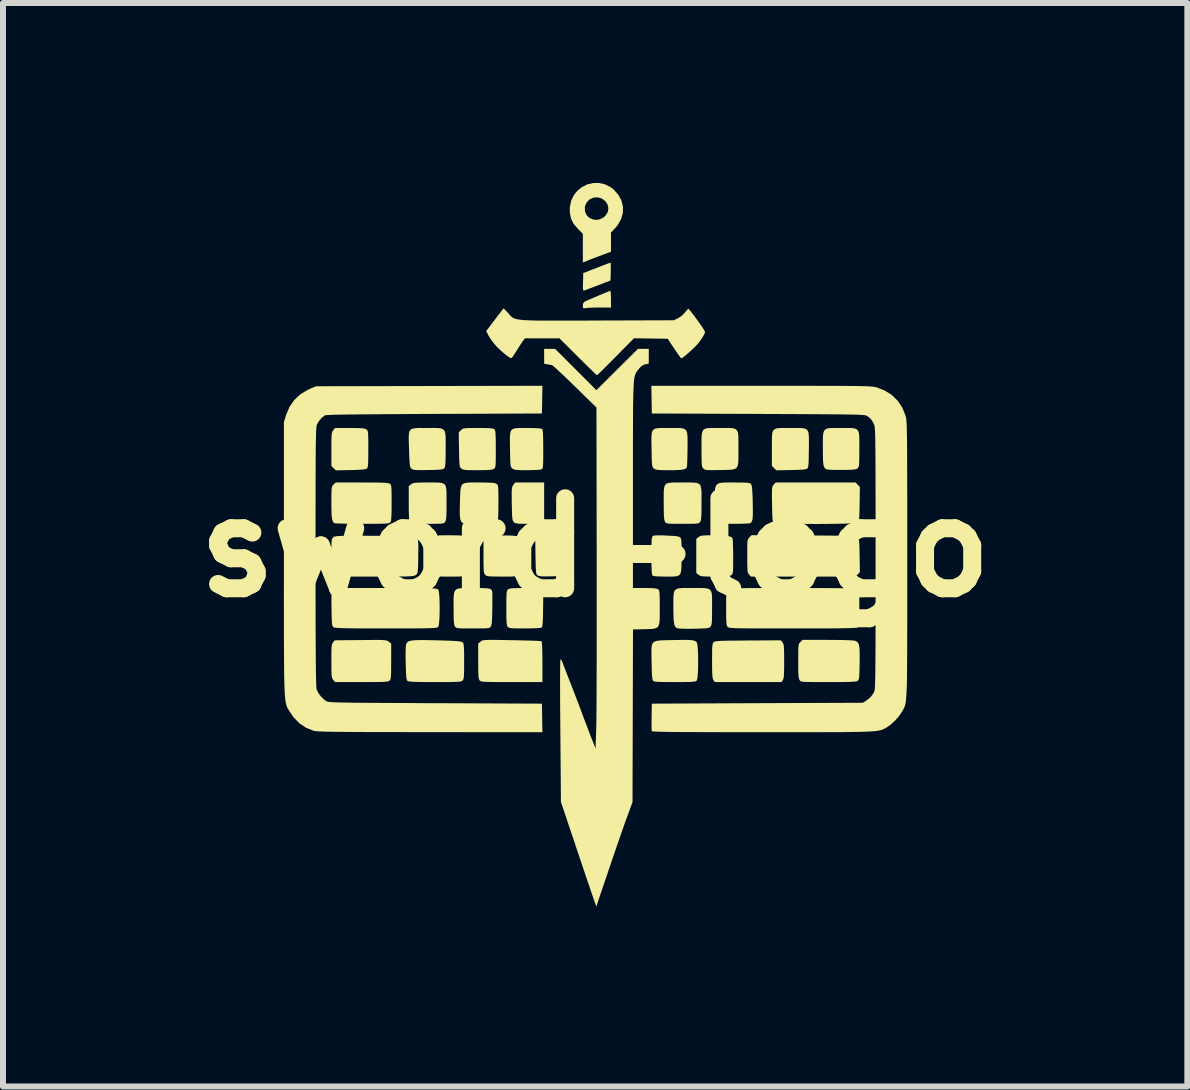
<source format=kicad_pcb>
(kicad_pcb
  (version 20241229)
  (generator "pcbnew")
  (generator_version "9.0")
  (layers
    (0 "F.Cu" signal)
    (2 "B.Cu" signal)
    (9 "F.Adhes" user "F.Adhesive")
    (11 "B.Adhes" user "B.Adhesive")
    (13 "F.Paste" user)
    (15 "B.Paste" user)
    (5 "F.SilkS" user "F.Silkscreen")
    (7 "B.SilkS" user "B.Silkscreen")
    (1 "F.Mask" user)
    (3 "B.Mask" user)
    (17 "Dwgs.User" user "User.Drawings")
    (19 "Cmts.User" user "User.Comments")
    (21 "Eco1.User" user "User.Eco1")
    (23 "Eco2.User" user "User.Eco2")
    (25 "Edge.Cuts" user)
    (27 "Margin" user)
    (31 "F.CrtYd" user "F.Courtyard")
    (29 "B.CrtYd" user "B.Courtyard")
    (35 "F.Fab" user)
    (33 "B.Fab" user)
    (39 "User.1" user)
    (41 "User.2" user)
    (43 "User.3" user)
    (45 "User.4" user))
  (footprint "sword-logo"
    (layer "F.Cu")
    (at 6.871 6.078)
    (property "Reference" "sword-logo" (at 0 0 0) (layer "F.SilkS") (effects (font (size 1.5 1.5) (thickness 0.3))))
    (attr board_only exclude_from_pos_files exclude_from_bom)
    (fp_poly (pts (xy -0.806 -0.203) (xy -0.759 -0.202) (xy -0.594 -0.198) (xy -0.594 0.139) (xy -0.594 0.476) (xy -0.762 0.48) (xy -0.843 0.481) (xy -0.899 0.479) (xy -0.935 0.474) (xy -0.958 0.465) (xy -0.96 0.463) (xy -0.97 0.454) (xy -0.978 0.441) (xy -0.983 0.418) (xy -0.987 0.384) (xy -0.99 0.332) (xy -0.992 0.26) (xy -0.994 0.163) (xy -0.994 0.155) (xy -0.998 -0.132) (xy -0.961 -0.169) (xy -0.944 -0.185) (xy -0.925 -0.195) (xy -0.901 -0.201) (xy -0.863 -0.204)) (stroke (width 0) (type solid)) (fill yes) (layer "F.SilkS"))
    (fp_poly (pts (xy 0.257 -4.266) (xy 0.261 -4.23) (xy 0.263 -4.176) (xy 0.264 -4.141) (xy 0.264 -4.001) (xy 0.075 -4.001) (xy -0.001 -4.001) (xy -0.07 -3.999) (xy -0.125 -3.996) (xy -0.158 -3.992) (xy -0.159 -3.992) (xy -0.19 -3.988) (xy -0.203 -3.998) (xy -0.205 -4.028) (xy -0.205 -4.034) (xy -0.2 -4.072) (xy -0.18 -4.096) (xy -0.165 -4.104) (xy -0.123 -4.123) (xy -0.067 -4.147) (xy -0.003 -4.175) (xy 0.065 -4.204) (xy 0.129 -4.231) (xy 0.186 -4.254) (xy 0.228 -4.271) (xy 0.25 -4.279) (xy 0.252 -4.28)) (stroke (width 0) (type solid)) (fill yes) (layer "F.SilkS"))
    (fp_poly (pts (xy 0.259 -4.735) (xy 0.261 -4.698) (xy 0.261 -4.645) (xy 0.261 -4.6) (xy 0.256 -4.452) (xy 0.051 -4.373) (xy -0.023 -4.345) (xy -0.089 -4.32) (xy -0.141 -4.3) (xy -0.173 -4.288) (xy -0.18 -4.286) (xy -0.192 -4.284) (xy -0.199 -4.292) (xy -0.203 -4.314) (xy -0.204 -4.354) (xy -0.202 -4.419) (xy -0.202 -4.427) (xy -0.198 -4.576) (xy -0.139 -4.598) (xy -0.102 -4.613) (xy -0.045 -4.635) (xy 0.022 -4.661) (xy 0.083 -4.685) (xy 0.147 -4.71) (xy 0.201 -4.73) (xy 0.239 -4.744) (xy 0.256 -4.749)) (stroke (width 0) (type solid)) (fill yes) (layer "F.SilkS"))
    (fp_poly (pts (xy -0.85 -0.74) (xy -0.85 -0.396) (xy -1.09 -0.396) (xy -1.179 -0.396) (xy -1.244 -0.397) (xy -1.289 -0.399) (xy -1.318 -0.404) (xy -1.338 -0.41) (xy -1.351 -0.42) (xy -1.357 -0.427) (xy -1.367 -0.44) (xy -1.375 -0.459) (xy -1.38 -0.487) (xy -1.384 -0.528) (xy -1.386 -0.588) (xy -1.388 -0.669) (xy -1.39 -0.731) (xy -1.391 -0.828) (xy -1.391 -0.899) (xy -1.39 -0.951) (xy -1.387 -0.986) (xy -1.382 -1.01) (xy -1.375 -1.028) (xy -1.364 -1.043) (xy -1.363 -1.045) (xy -1.332 -1.085) (xy -1.091 -1.085) (xy -0.85 -1.085)) (stroke (width 0) (type solid)) (fill yes) (layer "F.SilkS"))
    (fp_poly (pts (xy 3.426 -1.993) (xy 3.481 -1.987) (xy 3.52 -1.974) (xy 3.544 -1.948) (xy 3.558 -1.908) (xy 3.563 -1.849) (xy 3.564 -1.769) (xy 3.563 -1.663) (xy 3.563 -1.641) (xy 3.561 -1.536) (xy 3.56 -1.456) (xy 3.557 -1.398) (xy 3.553 -1.359) (xy 3.547 -1.334) (xy 3.54 -1.32) (xy 3.538 -1.319) (xy 3.524 -1.311) (xy 3.498 -1.304) (xy 3.455 -1.299) (xy 3.393 -1.296) (xy 3.307 -1.293) (xy 3.268 -1.292) (xy 3.02 -1.288) (xy 2.983 -1.325) (xy 2.946 -1.362) (xy 2.946 -1.648) (xy 2.946 -1.758) (xy 2.947 -1.841) (xy 2.952 -1.902) (xy 2.964 -1.945) (xy 2.987 -1.971) (xy 3.024 -1.986) (xy 3.077 -1.993) (xy 3.15 -1.994) (xy 3.246 -1.993) (xy 3.252 -1.993) (xy 3.35 -1.994)) (stroke (width 0) (type solid)) (fill yes) (layer "F.SilkS"))
    (fp_poly (pts (xy -3.996 -1.993) (xy -3.926 -1.991) (xy -3.876 -1.988) (xy -3.843 -1.982) (xy -3.821 -1.975) (xy -3.814 -1.97) (xy -3.803 -1.962) (xy -3.795 -1.951) (xy -3.789 -1.933) (xy -3.785 -1.906) (xy -3.783 -1.863) (xy -3.782 -1.803) (xy -3.781 -1.719) (xy -3.781 -1.643) (xy -3.782 -1.539) (xy -3.783 -1.46) (xy -3.785 -1.404) (xy -3.788 -1.365) (xy -3.793 -1.34) (xy -3.799 -1.324) (xy -3.806 -1.317) (xy -3.825 -1.309) (xy -3.861 -1.302) (xy -3.919 -1.298) (xy -4 -1.294) (xy -4.076 -1.292) (xy -4.322 -1.287) (xy -4.36 -1.324) (xy -4.397 -1.362) (xy -4.397 -1.639) (xy -4.397 -1.736) (xy -4.396 -1.809) (xy -4.394 -1.861) (xy -4.39 -1.897) (xy -4.385 -1.922) (xy -4.377 -1.94) (xy -4.367 -1.955) (xy -4.336 -1.993) (xy -4.091 -1.993)) (stroke (width 0) (type solid)) (fill yes) (layer "F.SilkS"))
    (fp_poly (pts (xy -1.6 -0.204) (xy -1.534 -0.202) (xy -1.438 -0.201) (xy -1.364 -0.198) (xy -1.31 -0.191) (xy -1.273 -0.175) (xy -1.25 -0.147) (xy -1.237 -0.104) (xy -1.232 -0.042) (xy -1.231 0.042) (xy -1.231 0.142) (xy -1.231 0.25) (xy -1.233 0.333) (xy -1.239 0.394) (xy -1.254 0.436) (xy -1.281 0.462) (xy -1.323 0.476) (xy -1.382 0.483) (xy -1.464 0.484) (xy -1.553 0.484) (xy -1.645 0.483) (xy -1.712 0.482) (xy -1.759 0.48) (xy -1.791 0.476) (xy -1.811 0.47) (xy -1.825 0.46) (xy -1.832 0.454) (xy -1.842 0.442) (xy -1.85 0.427) (xy -1.855 0.404) (xy -1.858 0.368) (xy -1.86 0.316) (xy -1.861 0.244) (xy -1.861 0.147) (xy -1.861 0.14) (xy -1.861 -0.144) (xy -1.822 -0.176) (xy -1.805 -0.187) (xy -1.787 -0.195) (xy -1.763 -0.201) (xy -1.726 -0.203) (xy -1.674 -0.204)) (stroke (width 0) (type solid)) (fill yes) (layer "F.SilkS"))
    (fp_poly (pts (xy 2.086 -0.204) (xy 2.167 -0.199) (xy 2.225 -0.191) (xy 2.263 -0.178) (xy 2.286 -0.161) (xy 2.29 -0.157) (xy 2.293 -0.137) (xy 2.296 -0.093) (xy 2.298 -0.029) (xy 2.3 0.049) (xy 2.301 0.138) (xy 2.301 0.149) (xy 2.301 0.248) (xy 2.3 0.322) (xy 2.299 0.374) (xy 2.296 0.41) (xy 2.291 0.433) (xy 2.284 0.447) (xy 2.274 0.457) (xy 2.269 0.461) (xy 2.25 0.47) (xy 2.222 0.476) (xy 2.179 0.48) (xy 2.117 0.483) (xy 2.032 0.484) (xy 1.999 0.484) (xy 1.91 0.483) (xy 1.845 0.482) (xy 1.799 0.48) (xy 1.768 0.475) (xy 1.746 0.468) (xy 1.729 0.457) (xy 1.724 0.453) (xy 1.686 0.423) (xy 1.686 0.139) (xy 1.686 -0.144) (xy 1.724 -0.175) (xy 1.742 -0.187) (xy 1.762 -0.195) (xy 1.792 -0.2) (xy 1.835 -0.203) (xy 1.897 -0.205) (xy 1.98 -0.205)) (stroke (width 0) (type solid)) (fill yes) (layer "F.SilkS"))
    (fp_poly (pts (xy 3.123 1.581) (xy 3.133 1.595) (xy 3.14 1.614) (xy 3.145 1.641) (xy 3.148 1.68) (xy 3.15 1.737) (xy 3.151 1.815) (xy 3.151 1.896) (xy 3.151 1.998) (xy 3.149 2.075) (xy 3.147 2.13) (xy 3.143 2.169) (xy 3.136 2.194) (xy 3.128 2.21) (xy 3.106 2.242) (xy 2.55 2.242) (xy 1.995 2.242) (xy 1.972 2.21) (xy 1.964 2.194) (xy 1.958 2.168) (xy 1.954 2.13) (xy 1.951 2.075) (xy 1.95 1.999) (xy 1.949 1.897) (xy 1.949 1.89) (xy 1.95 1.79) (xy 1.95 1.716) (xy 1.952 1.663) (xy 1.956 1.626) (xy 1.961 1.602) (xy 1.968 1.587) (xy 1.977 1.577) (xy 1.986 1.571) (xy 2.001 1.565) (xy 2.024 1.561) (xy 2.057 1.558) (xy 2.104 1.555) (xy 2.168 1.553) (xy 2.251 1.552) (xy 2.357 1.551) (xy 2.488 1.55) (xy 2.55 1.549) (xy 3.095 1.546)) (stroke (width 0) (type solid)) (fill yes) (layer "F.SilkS"))
    (fp_poly (pts (xy -1.615 1.54) (xy -1.507 1.542) (xy -1.389 1.544) (xy -1.272 1.546) (xy -1.166 1.549) (xy -1.071 1.551) (xy -0.994 1.554) (xy -0.936 1.557) (xy -0.902 1.56) (xy -0.894 1.561) (xy -0.889 1.578) (xy -0.885 1.623) (xy -0.882 1.691) (xy -0.88 1.781) (xy -0.879 1.889) (xy -0.879 1.906) (xy -0.879 2.242) (xy -1.39 2.242) (xy -1.526 2.242) (xy -1.637 2.242) (xy -1.723 2.241) (xy -1.79 2.24) (xy -1.839 2.238) (xy -1.873 2.235) (xy -1.897 2.231) (xy -1.912 2.226) (xy -1.921 2.219) (xy -1.925 2.216) (xy -1.933 2.203) (xy -1.94 2.183) (xy -1.944 2.152) (xy -1.947 2.106) (xy -1.949 2.041) (xy -1.949 1.953) (xy -1.949 1.894) (xy -1.949 1.6) (xy -1.909 1.567) (xy -1.897 1.559) (xy -1.885 1.552) (xy -1.869 1.546) (xy -1.845 1.543) (xy -1.811 1.54) (xy -1.764 1.539) (xy -1.699 1.539)) (stroke (width 0) (type solid)) (fill yes) (layer "F.SilkS"))
    (fp_poly (pts (xy 1.133 -0.203) (xy 1.191 -0.2) (xy 1.276 -0.196) (xy 1.336 -0.192) (xy 1.376 -0.186) (xy 1.402 -0.179) (xy 1.417 -0.169) (xy 1.422 -0.164) (xy 1.429 -0.15) (xy 1.435 -0.127) (xy 1.439 -0.09) (xy 1.441 -0.035) (xy 1.442 0.04) (xy 1.441 0.141) (xy 1.441 0.147) (xy 1.44 0.255) (xy 1.438 0.337) (xy 1.432 0.397) (xy 1.42 0.438) (xy 1.398 0.463) (xy 1.363 0.477) (xy 1.314 0.483) (xy 1.247 0.484) (xy 1.174 0.484) (xy 1.078 0.482) (xy 1.01 0.479) (xy 0.969 0.472) (xy 0.956 0.466) (xy 0.949 0.449) (xy 0.944 0.412) (xy 0.941 0.351) (xy 0.939 0.266) (xy 0.938 0.154) (xy 0.938 0.138) (xy 0.938 0.032) (xy 0.939 -0.048) (xy 0.941 -0.106) (xy 0.945 -0.146) (xy 0.95 -0.171) (xy 0.956 -0.186) (xy 0.961 -0.191) (xy 0.978 -0.199) (xy 1.01 -0.203) (xy 1.06 -0.204)) (stroke (width 0) (type solid)) (fill yes) (layer "F.SilkS"))
    (fp_poly (pts (xy 1.809 0.675) (xy 1.866 0.681) (xy 1.906 0.695) (xy 1.93 0.721) (xy 1.944 0.763) (xy 1.949 0.824) (xy 1.95 0.907) (xy 1.949 1.01) (xy 1.949 1.108) (xy 1.948 1.182) (xy 1.946 1.235) (xy 1.942 1.271) (xy 1.936 1.295) (xy 1.928 1.311) (xy 1.924 1.317) (xy 1.912 1.328) (xy 1.897 1.337) (xy 1.873 1.342) (xy 1.836 1.347) (xy 1.781 1.349) (xy 1.705 1.352) (xy 1.649 1.353) (xy 1.563 1.354) (xy 1.487 1.353) (xy 1.425 1.351) (xy 1.383 1.348) (xy 1.368 1.345) (xy 1.347 1.332) (xy 1.331 1.312) (xy 1.319 1.281) (xy 1.312 1.236) (xy 1.307 1.172) (xy 1.305 1.086) (xy 1.304 0.996) (xy 1.304 0.891) (xy 1.305 0.812) (xy 1.312 0.754) (xy 1.327 0.715) (xy 1.354 0.692) (xy 1.397 0.679) (xy 1.46 0.674) (xy 1.546 0.674) (xy 1.627 0.674) (xy 1.73 0.674)) (stroke (width 0) (type solid)) (fill yes) (layer "F.SilkS"))
    (fp_poly (pts (xy 3.48 -0.202) (xy 3.662 -0.201) (xy 3.818 -0.2) (xy 3.948 -0.199) (xy 4.056 -0.198) (xy 4.143 -0.197) (xy 4.213 -0.195) (xy 4.266 -0.193) (xy 4.306 -0.19) (xy 4.335 -0.187) (xy 4.354 -0.184) (xy 4.367 -0.179) (xy 4.376 -0.174) (xy 4.378 -0.172) (xy 4.387 -0.159) (xy 4.394 -0.141) (xy 4.4 -0.112) (xy 4.403 -0.068) (xy 4.406 -0.005) (xy 4.408 0.081) (xy 4.409 0.132) (xy 4.413 0.41) (xy 4.377 0.447) (xy 4.34 0.484) (xy 3.47 0.484) (xy 2.599 0.484) (xy 2.567 0.45) (xy 2.556 0.436) (xy 2.548 0.421) (xy 2.542 0.399) (xy 2.539 0.365) (xy 2.537 0.316) (xy 2.536 0.247) (xy 2.536 0.154) (xy 2.536 0.141) (xy 2.536 0.045) (xy 2.536 -0.026) (xy 2.538 -0.077) (xy 2.541 -0.111) (xy 2.547 -0.134) (xy 2.555 -0.15) (xy 2.566 -0.163) (xy 2.572 -0.17) (xy 2.608 -0.206)) (stroke (width 0) (type solid)) (fill yes) (layer "F.SilkS"))
    (fp_poly (pts (xy 2.064 -1.993) (xy 2.081 -1.993) (xy 2.179 -1.994) (xy 2.254 -1.993) (xy 2.308 -1.987) (xy 2.346 -1.972) (xy 2.37 -1.946) (xy 2.383 -1.905) (xy 2.388 -1.845) (xy 2.389 -1.762) (xy 2.389 -1.654) (xy 2.389 -1.65) (xy 2.389 -1.54) (xy 2.388 -1.455) (xy 2.383 -1.393) (xy 2.371 -1.349) (xy 2.348 -1.321) (xy 2.312 -1.305) (xy 2.26 -1.297) (xy 2.189 -1.294) (xy 2.096 -1.293) (xy 2.084 -1.292) (xy 1.992 -1.291) (xy 1.925 -1.291) (xy 1.879 -1.292) (xy 1.847 -1.295) (xy 1.827 -1.301) (xy 1.813 -1.31) (xy 1.804 -1.318) (xy 1.793 -1.33) (xy 1.786 -1.345) (xy 1.78 -1.367) (xy 1.777 -1.401) (xy 1.775 -1.45) (xy 1.774 -1.519) (xy 1.773 -1.611) (xy 1.773 -1.642) (xy 1.773 -1.752) (xy 1.774 -1.837) (xy 1.779 -1.899) (xy 1.791 -1.942) (xy 1.813 -1.97) (xy 1.849 -1.986) (xy 1.9 -1.992) (xy 1.971 -1.994)) (stroke (width 0) (type solid)) (fill yes) (layer "F.SilkS"))
    (fp_poly (pts (xy 4.267 -1.993) (xy 4.322 -1.987) (xy 4.36 -1.972) (xy 4.384 -1.946) (xy 4.398 -1.904) (xy 4.403 -1.844) (xy 4.405 -1.762) (xy 4.404 -1.654) (xy 4.404 -1.643) (xy 4.404 -1.542) (xy 4.403 -1.466) (xy 4.401 -1.411) (xy 4.398 -1.373) (xy 4.393 -1.349) (xy 4.386 -1.333) (xy 4.378 -1.323) (xy 4.365 -1.313) (xy 4.344 -1.306) (xy 4.312 -1.301) (xy 4.264 -1.297) (xy 4.194 -1.295) (xy 4.122 -1.294) (xy 4.04 -1.294) (xy 3.967 -1.295) (xy 3.908 -1.298) (xy 3.87 -1.302) (xy 3.859 -1.304) (xy 3.838 -1.315) (xy 3.823 -1.332) (xy 3.811 -1.358) (xy 3.804 -1.397) (xy 3.799 -1.453) (xy 3.797 -1.53) (xy 3.796 -1.631) (xy 3.796 -1.652) (xy 3.796 -1.761) (xy 3.797 -1.844) (xy 3.803 -1.904) (xy 3.816 -1.946) (xy 3.84 -1.972) (xy 3.877 -1.987) (xy 3.932 -1.993) (xy 4.006 -1.994) (xy 4.095 -1.993) (xy 4.193 -1.994)) (stroke (width 0) (type solid)) (fill yes) (layer "F.SilkS"))
    (fp_poly (pts (xy -3.613 1.54) (xy -3.557 1.541) (xy -3.516 1.544) (xy -3.488 1.547) (xy -3.468 1.552) (xy -3.454 1.559) (xy -3.441 1.567) (xy -3.44 1.569) (xy -3.4 1.6) (xy -3.4 1.897) (xy -3.401 1.998) (xy -3.401 2.075) (xy -3.403 2.13) (xy -3.406 2.167) (xy -3.411 2.192) (xy -3.418 2.208) (xy -3.427 2.218) (xy -3.438 2.225) (xy -3.454 2.231) (xy -3.479 2.235) (xy -3.517 2.238) (xy -3.57 2.24) (xy -3.642 2.241) (xy -3.736 2.242) (xy -3.856 2.242) (xy -3.895 2.242) (xy -4.336 2.242) (xy -4.367 2.204) (xy -4.377 2.188) (xy -4.385 2.17) (xy -4.391 2.145) (xy -4.394 2.108) (xy -4.396 2.055) (xy -4.397 1.981) (xy -4.397 1.89) (xy -4.397 1.793) (xy -4.396 1.72) (xy -4.394 1.668) (xy -4.39 1.632) (xy -4.384 1.608) (xy -4.376 1.591) (xy -4.369 1.581) (xy -4.341 1.546) (xy -3.91 1.542) (xy -3.786 1.541) (xy -3.688 1.54)) (stroke (width 0) (type solid)) (fill yes) (layer "F.SilkS"))
    (fp_poly (pts (xy -2.613 -1.084) (xy -2.558 -1.077) (xy -2.52 -1.063) (xy -2.496 -1.036) (xy -2.483 -0.994) (xy -2.478 -0.932) (xy -2.477 -0.849) (xy -2.477 -0.743) (xy -2.477 -0.641) (xy -2.479 -0.564) (xy -2.481 -0.509) (xy -2.486 -0.47) (xy -2.492 -0.445) (xy -2.5 -0.428) (xy -2.509 -0.417) (xy -2.521 -0.408) (xy -2.54 -0.403) (xy -2.57 -0.399) (xy -2.615 -0.397) (xy -2.681 -0.396) (xy -2.77 -0.396) (xy -2.792 -0.396) (xy -2.887 -0.396) (xy -2.957 -0.397) (xy -3.007 -0.398) (xy -3.04 -0.402) (xy -3.06 -0.407) (xy -3.073 -0.415) (xy -3.083 -0.426) (xy -3.084 -0.428) (xy -3.093 -0.445) (xy -3.099 -0.47) (xy -3.103 -0.509) (xy -3.105 -0.565) (xy -3.107 -0.642) (xy -3.107 -0.742) (xy -3.107 -1.024) (xy -3.069 -1.054) (xy -3.052 -1.065) (xy -3.033 -1.074) (xy -3.006 -1.079) (xy -2.966 -1.082) (xy -2.909 -1.084) (xy -2.829 -1.085) (xy -2.786 -1.085) (xy -2.687 -1.085)) (stroke (width 0) (type solid)) (fill yes) (layer "F.SilkS"))
    (fp_poly (pts (xy 1.408 -1.993) (xy 1.462 -1.987) (xy 1.499 -1.972) (xy 1.522 -1.946) (xy 1.535 -1.905) (xy 1.54 -1.844) (xy 1.541 -1.762) (xy 1.54 -1.653) (xy 1.54 -1.652) (xy 1.539 -1.562) (xy 1.537 -1.481) (xy 1.535 -1.414) (xy 1.532 -1.365) (xy 1.529 -1.341) (xy 1.529 -1.34) (xy 1.517 -1.322) (xy 1.493 -1.308) (xy 1.454 -1.299) (xy 1.396 -1.293) (xy 1.315 -1.29) (xy 1.232 -1.29) (xy 1.146 -1.29) (xy 1.084 -1.292) (xy 1.041 -1.295) (xy 1.012 -1.301) (xy 0.993 -1.309) (xy 0.98 -1.318) (xy 0.968 -1.328) (xy 0.959 -1.341) (xy 0.953 -1.359) (xy 0.949 -1.388) (xy 0.945 -1.431) (xy 0.943 -1.492) (xy 0.942 -1.576) (xy 0.941 -1.639) (xy 0.938 -1.75) (xy 0.938 -1.835) (xy 0.942 -1.898) (xy 0.953 -1.941) (xy 0.975 -1.969) (xy 1.01 -1.985) (xy 1.061 -1.992) (xy 1.13 -1.994) (xy 1.221 -1.993) (xy 1.237 -1.993) (xy 1.334 -1.994)) (stroke (width 0) (type solid)) (fill yes) (layer "F.SilkS"))
    (fp_poly (pts (xy 4.377 -1.048) (xy 4.413 -1.011) (xy 4.409 -0.724) (xy 4.407 -0.625) (xy 4.405 -0.551) (xy 4.402 -0.498) (xy 4.399 -0.463) (xy 4.393 -0.44) (xy 4.386 -0.426) (xy 4.376 -0.417) (xy 4.376 -0.417) (xy 4.354 -0.411) (xy 4.306 -0.406) (xy 4.237 -0.402) (xy 4.149 -0.399) (xy 4.046 -0.397) (xy 3.932 -0.395) (xy 3.811 -0.394) (xy 3.686 -0.393) (xy 3.56 -0.394) (xy 3.438 -0.395) (xy 3.323 -0.396) (xy 3.219 -0.399) (xy 3.13 -0.402) (xy 3.058 -0.406) (xy 3.008 -0.411) (xy 2.983 -0.416) (xy 2.982 -0.417) (xy 2.972 -0.426) (xy 2.965 -0.44) (xy 2.959 -0.462) (xy 2.955 -0.498) (xy 2.953 -0.55) (xy 2.951 -0.624) (xy 2.949 -0.722) (xy 2.949 -0.726) (xy 2.947 -0.825) (xy 2.947 -0.899) (xy 2.948 -0.952) (xy 2.95 -0.989) (xy 2.955 -1.013) (xy 2.961 -1.03) (xy 2.971 -1.043) (xy 2.977 -1.05) (xy 3.01 -1.085) (xy 3.675 -1.085) (xy 4.34 -1.085)) (stroke (width 0) (type solid)) (fill yes) (layer "F.SilkS"))
    (fp_poly (pts (xy -2.628 -1.993) (xy -2.574 -1.987) (xy -2.536 -1.973) (xy -2.512 -1.947) (xy -2.498 -1.906) (xy -2.492 -1.847) (xy -2.491 -1.766) (xy -2.492 -1.659) (xy -2.492 -1.644) (xy -2.492 -1.539) (xy -2.494 -1.458) (xy -2.496 -1.4) (xy -2.501 -1.361) (xy -2.507 -1.336) (xy -2.512 -1.326) (xy -2.522 -1.315) (xy -2.538 -1.307) (xy -2.562 -1.302) (xy -2.602 -1.298) (xy -2.659 -1.295) (xy -2.74 -1.293) (xy -2.781 -1.293) (xy -2.873 -1.291) (xy -2.94 -1.291) (xy -2.988 -1.293) (xy -3.02 -1.296) (xy -3.041 -1.303) (xy -3.057 -1.311) (xy -3.06 -1.315) (xy -3.071 -1.325) (xy -3.08 -1.339) (xy -3.086 -1.36) (xy -3.091 -1.392) (xy -3.094 -1.44) (xy -3.098 -1.508) (xy -3.101 -1.599) (xy -3.102 -1.636) (xy -3.106 -1.747) (xy -3.108 -1.833) (xy -3.105 -1.896) (xy -3.094 -1.94) (xy -3.072 -1.969) (xy -3.037 -1.985) (xy -2.985 -1.992) (xy -2.914 -1.994) (xy -2.82 -1.993) (xy -2.799 -1.993) (xy -2.702 -1.994)) (stroke (width 0) (type solid)) (fill yes) (layer "F.SilkS"))
    (fp_poly (pts (xy -1.145 -1.993) (xy -1.131 -1.993) (xy -1.03 -1.992) (xy -0.956 -1.989) (xy -0.908 -1.984) (xy -0.884 -1.977) (xy -0.882 -1.976) (xy -0.876 -1.959) (xy -0.871 -1.922) (xy -0.868 -1.862) (xy -0.866 -1.778) (xy -0.865 -1.668) (xy -0.865 -1.639) (xy -0.865 -1.534) (xy -0.866 -1.455) (xy -0.867 -1.397) (xy -0.87 -1.358) (xy -0.874 -1.332) (xy -0.879 -1.317) (xy -0.887 -1.308) (xy -0.893 -1.305) (xy -0.918 -1.299) (xy -0.966 -1.295) (xy -1.031 -1.292) (xy -1.108 -1.29) (xy -1.133 -1.29) (xy -1.218 -1.29) (xy -1.279 -1.292) (xy -1.321 -1.295) (xy -1.349 -1.301) (xy -1.369 -1.31) (xy -1.38 -1.318) (xy -1.392 -1.328) (xy -1.4 -1.34) (xy -1.407 -1.359) (xy -1.411 -1.387) (xy -1.414 -1.43) (xy -1.416 -1.492) (xy -1.418 -1.576) (xy -1.419 -1.639) (xy -1.421 -1.75) (xy -1.421 -1.835) (xy -1.417 -1.898) (xy -1.406 -1.942) (xy -1.385 -1.969) (xy -1.351 -1.985) (xy -1.301 -1.992) (xy -1.234 -1.994)) (stroke (width 0) (type solid)) (fill yes) (layer "F.SilkS"))
    (fp_poly (pts (xy 1.456 -1.085) (xy 1.458 -1.085) (xy 1.559 -1.085) (xy 1.635 -1.084) (xy 1.691 -1.078) (xy 1.73 -1.064) (xy 1.754 -1.038) (xy 1.767 -0.996) (xy 1.773 -0.936) (xy 1.774 -0.854) (xy 1.773 -0.746) (xy 1.773 -0.743) (xy 1.773 -0.641) (xy 1.772 -0.564) (xy 1.769 -0.509) (xy 1.765 -0.47) (xy 1.759 -0.445) (xy 1.751 -0.428) (xy 1.741 -0.417) (xy 1.73 -0.408) (xy 1.711 -0.403) (xy 1.681 -0.399) (xy 1.635 -0.397) (xy 1.57 -0.396) (xy 1.48 -0.396) (xy 1.458 -0.396) (xy 1.363 -0.396) (xy 1.293 -0.397) (xy 1.244 -0.398) (xy 1.211 -0.402) (xy 1.19 -0.407) (xy 1.177 -0.415) (xy 1.168 -0.426) (xy 1.166 -0.428) (xy 1.158 -0.445) (xy 1.152 -0.47) (xy 1.148 -0.509) (xy 1.145 -0.565) (xy 1.144 -0.642) (xy 1.143 -0.743) (xy 1.143 -0.852) (xy 1.144 -0.935) (xy 1.149 -0.995) (xy 1.162 -1.037) (xy 1.186 -1.064) (xy 1.225 -1.078) (xy 1.28 -1.084) (xy 1.356 -1.085)) (stroke (width 0) (type solid)) (fill yes) (layer "F.SilkS"))
    (fp_poly (pts (xy 2.319 -1.085) (xy 2.32 -1.085) (xy 2.414 -1.084) (xy 2.483 -1.083) (xy 2.531 -1.081) (xy 2.563 -1.077) (xy 2.583 -1.07) (xy 2.595 -1.062) (xy 2.598 -1.059) (xy 2.606 -1.044) (xy 2.612 -1.018) (xy 2.617 -0.976) (xy 2.621 -0.916) (xy 2.625 -0.834) (xy 2.627 -0.753) (xy 2.629 -0.647) (xy 2.629 -0.566) (xy 2.627 -0.507) (xy 2.622 -0.465) (xy 2.613 -0.437) (xy 2.601 -0.418) (xy 2.588 -0.407) (xy 2.569 -0.403) (xy 2.525 -0.4) (xy 2.463 -0.398) (xy 2.386 -0.396) (xy 2.312 -0.396) (xy 2.218 -0.396) (xy 2.149 -0.397) (xy 2.1 -0.399) (xy 2.067 -0.403) (xy 2.046 -0.409) (xy 2.031 -0.417) (xy 2.023 -0.425) (xy 2.012 -0.437) (xy 2.005 -0.453) (xy 2 -0.476) (xy 1.996 -0.512) (xy 1.994 -0.564) (xy 1.993 -0.638) (xy 1.993 -0.734) (xy 1.993 -0.844) (xy 1.994 -0.928) (xy 2.001 -0.99) (xy 2.015 -1.033) (xy 2.041 -1.061) (xy 2.081 -1.077) (xy 2.138 -1.083) (xy 2.217 -1.085)) (stroke (width 0) (type solid)) (fill yes) (layer "F.SilkS"))
    (fp_poly (pts (xy -2.418 -0.205) (xy -2.317 -0.204) (xy -2.241 -0.201) (xy -2.186 -0.196) (xy -2.148 -0.186) (xy -2.123 -0.173) (xy -2.107 -0.155) (xy -2.104 -0.136) (xy -2.101 -0.093) (xy -2.098 -0.029) (xy -2.097 0.049) (xy -2.096 0.138) (xy -2.096 0.149) (xy -2.096 0.248) (xy -2.097 0.322) (xy -2.098 0.374) (xy -2.101 0.41) (xy -2.106 0.433) (xy -2.113 0.447) (xy -2.123 0.457) (xy -2.128 0.461) (xy -2.146 0.47) (xy -2.174 0.476) (xy -2.216 0.48) (xy -2.276 0.483) (xy -2.359 0.484) (xy -2.408 0.484) (xy -2.498 0.484) (xy -2.564 0.483) (xy -2.61 0.481) (xy -2.641 0.477) (xy -2.661 0.47) (xy -2.676 0.461) (xy -2.69 0.448) (xy -2.703 0.434) (xy -2.712 0.42) (xy -2.718 0.4) (xy -2.723 0.371) (xy -2.725 0.327) (xy -2.726 0.265) (xy -2.726 0.18) (xy -2.726 0.139) (xy -2.726 0.03) (xy -2.725 -0.053) (xy -2.718 -0.114) (xy -2.703 -0.156) (xy -2.678 -0.183) (xy -2.638 -0.198) (xy -2.581 -0.204) (xy -2.503 -0.205)) (stroke (width 0) (type solid)) (fill yes) (layer "F.SilkS"))
    (fp_poly (pts (xy 1.56 1.54) (xy 1.609 1.544) (xy 1.643 1.55) (xy 1.667 1.559) (xy 1.685 1.571) (xy 1.692 1.577) (xy 1.701 1.6) (xy 1.708 1.647) (xy 1.713 1.713) (xy 1.716 1.791) (xy 1.717 1.875) (xy 1.717 1.962) (xy 1.715 2.044) (xy 1.711 2.117) (xy 1.705 2.174) (xy 1.697 2.21) (xy 1.692 2.219) (xy 1.681 2.227) (xy 1.662 2.233) (xy 1.631 2.237) (xy 1.586 2.24) (xy 1.521 2.241) (xy 1.435 2.242) (xy 1.327 2.242) (xy 1.217 2.242) (xy 1.132 2.241) (xy 1.07 2.24) (xy 1.025 2.237) (xy 0.996 2.233) (xy 0.978 2.228) (xy 0.967 2.22) (xy 0.965 2.218) (xy 0.958 2.201) (xy 0.952 2.169) (xy 0.947 2.119) (xy 0.944 2.046) (xy 0.942 1.949) (xy 0.941 1.906) (xy 0.939 1.795) (xy 0.938 1.71) (xy 0.942 1.647) (xy 0.954 1.603) (xy 0.978 1.574) (xy 1.017 1.557) (xy 1.074 1.549) (xy 1.152 1.545) (xy 1.255 1.543) (xy 1.293 1.542) (xy 1.406 1.54) (xy 1.494 1.539)) (stroke (width 0) (type solid)) (fill yes) (layer "F.SilkS"))
    (fp_poly (pts (xy -2.026 0.674) (xy -1.929 0.675) (xy -1.857 0.676) (xy -1.806 0.679) (xy -1.771 0.683) (xy -1.75 0.689) (xy -1.738 0.697) (xy -1.729 0.706) (xy -1.722 0.714) (xy -1.718 0.726) (xy -1.715 0.745) (xy -1.713 0.776) (xy -1.713 0.823) (xy -1.713 0.889) (xy -1.714 0.979) (xy -1.714 1.019) (xy -1.716 1.121) (xy -1.719 1.198) (xy -1.723 1.253) (xy -1.729 1.29) (xy -1.736 1.312) (xy -1.738 1.315) (xy -1.747 1.327) (xy -1.758 1.335) (xy -1.775 1.341) (xy -1.804 1.345) (xy -1.848 1.347) (xy -1.911 1.348) (xy -1.998 1.348) (xy -2.037 1.348) (xy -2.133 1.348) (xy -2.205 1.348) (xy -2.256 1.346) (xy -2.29 1.343) (xy -2.311 1.338) (xy -2.325 1.33) (xy -2.334 1.32) (xy -2.337 1.316) (xy -2.345 1.299) (xy -2.351 1.273) (xy -2.356 1.234) (xy -2.358 1.177) (xy -2.359 1.098) (xy -2.36 1.011) (xy -2.36 0.903) (xy -2.359 0.821) (xy -2.352 0.761) (xy -2.337 0.72) (xy -2.311 0.694) (xy -2.268 0.681) (xy -2.207 0.675) (xy -2.123 0.674)) (stroke (width 0) (type solid)) (fill yes) (layer "F.SilkS"))
    (fp_poly (pts (xy -1.929 -1.085) (xy -1.833 -1.084) (xy -1.761 -1.082) (xy -1.71 -1.079) (xy -1.676 -1.074) (xy -1.654 -1.067) (xy -1.645 -1.062) (xy -1.634 -1.053) (xy -1.625 -1.042) (xy -1.62 -1.024) (xy -1.616 -0.995) (xy -1.614 -0.951) (xy -1.613 -0.888) (xy -1.612 -0.802) (xy -1.612 -0.75) (xy -1.613 -0.647) (xy -1.614 -0.569) (xy -1.616 -0.512) (xy -1.621 -0.473) (xy -1.626 -0.446) (xy -1.634 -0.429) (xy -1.635 -0.428) (xy -1.644 -0.417) (xy -1.656 -0.408) (xy -1.675 -0.403) (xy -1.705 -0.399) (xy -1.751 -0.397) (xy -1.816 -0.396) (xy -1.906 -0.396) (xy -1.927 -0.396) (xy -2.025 -0.396) (xy -2.098 -0.397) (xy -2.15 -0.4) (xy -2.185 -0.404) (xy -2.206 -0.41) (xy -2.219 -0.419) (xy -2.219 -0.419) (xy -2.234 -0.437) (xy -2.245 -0.461) (xy -2.252 -0.495) (xy -2.256 -0.542) (xy -2.257 -0.608) (xy -2.255 -0.696) (xy -2.253 -0.776) (xy -2.25 -0.878) (xy -2.246 -0.954) (xy -2.237 -1.01) (xy -2.22 -1.047) (xy -2.191 -1.069) (xy -2.146 -1.08) (xy -2.082 -1.085) (xy -1.995 -1.085)) (stroke (width 0) (type solid)) (fill yes) (layer "F.SilkS"))
    (fp_poly (pts (xy -1.857 -1.993) (xy -1.788 -1.991) (xy -1.739 -1.988) (xy -1.708 -1.984) (xy -1.688 -1.977) (xy -1.679 -1.97) (xy -1.671 -1.958) (xy -1.665 -1.938) (xy -1.661 -1.906) (xy -1.659 -1.858) (xy -1.657 -1.791) (xy -1.656 -1.699) (xy -1.656 -1.641) (xy -1.656 -1.539) (xy -1.657 -1.462) (xy -1.658 -1.407) (xy -1.661 -1.369) (xy -1.665 -1.344) (xy -1.672 -1.329) (xy -1.68 -1.319) (xy -1.689 -1.313) (xy -1.707 -1.304) (xy -1.735 -1.297) (xy -1.778 -1.293) (xy -1.84 -1.291) (xy -1.925 -1.29) (xy -1.958 -1.29) (xy -2.048 -1.29) (xy -2.114 -1.291) (xy -2.16 -1.294) (xy -2.191 -1.299) (xy -2.212 -1.306) (xy -2.228 -1.317) (xy -2.23 -1.318) (xy -2.242 -1.328) (xy -2.251 -1.341) (xy -2.257 -1.36) (xy -2.261 -1.389) (xy -2.264 -1.432) (xy -2.267 -1.495) (xy -2.268 -1.58) (xy -2.269 -1.632) (xy -2.274 -1.919) (xy -2.237 -1.956) (xy -2.223 -1.97) (xy -2.208 -1.979) (xy -2.187 -1.986) (xy -2.157 -1.99) (xy -2.112 -1.992) (xy -2.047 -1.993) (xy -1.958 -1.993) (xy -1.951 -1.993)) (stroke (width 0) (type solid)) (fill yes) (layer "F.SilkS"))
    (fp_poly (pts (xy -1.077 0.674) (xy -1.008 0.676) (xy -0.96 0.678) (xy -0.928 0.682) (xy -0.907 0.688) (xy -0.894 0.696) (xy -0.888 0.702) (xy -0.88 0.714) (xy -0.873 0.732) (xy -0.869 0.76) (xy -0.867 0.801) (xy -0.866 0.86) (xy -0.866 0.941) (xy -0.868 1.025) (xy -0.869 1.128) (xy -0.872 1.206) (xy -0.875 1.262) (xy -0.879 1.299) (xy -0.885 1.321) (xy -0.892 1.333) (xy -0.894 1.334) (xy -0.915 1.339) (xy -0.961 1.343) (xy -1.025 1.346) (xy -1.103 1.348) (xy -1.174 1.348) (xy -1.268 1.348) (xy -1.337 1.347) (xy -1.385 1.345) (xy -1.418 1.341) (xy -1.438 1.335) (xy -1.451 1.326) (xy -1.456 1.322) (xy -1.465 1.309) (xy -1.471 1.288) (xy -1.475 1.257) (xy -1.478 1.21) (xy -1.48 1.144) (xy -1.48 1.054) (xy -1.48 1.009) (xy -1.48 0.909) (xy -1.479 0.835) (xy -1.477 0.782) (xy -1.474 0.746) (xy -1.469 0.722) (xy -1.462 0.707) (xy -1.454 0.698) (xy -1.44 0.69) (xy -1.418 0.683) (xy -1.385 0.679) (xy -1.336 0.676) (xy -1.265 0.675) (xy -1.17 0.674) (xy -1.17 0.674)) (stroke (width 0) (type solid)) (fill yes) (layer "F.SilkS"))
    (fp_poly (pts (xy -3.758 -1.084) (xy -3.654 -1.084) (xy -3.574 -1.082) (xy -3.514 -1.08) (xy -3.471 -1.076) (xy -3.443 -1.072) (xy -3.426 -1.066) (xy -3.421 -1.064) (xy -3.412 -1.055) (xy -3.405 -1.042) (xy -3.4 -1.021) (xy -3.396 -0.987) (xy -3.394 -0.938) (xy -3.393 -0.868) (xy -3.393 -0.774) (xy -3.393 -0.744) (xy -3.393 -0.636) (xy -3.395 -0.554) (xy -3.398 -0.495) (xy -3.402 -0.454) (xy -3.408 -0.43) (xy -3.413 -0.42) (xy -3.421 -0.413) (xy -3.436 -0.408) (xy -3.459 -0.403) (xy -3.494 -0.4) (xy -3.545 -0.398) (xy -3.615 -0.397) (xy -3.706 -0.396) (xy -3.821 -0.396) (xy -3.882 -0.396) (xy -3.994 -0.396) (xy -4.097 -0.397) (xy -4.188 -0.399) (xy -4.261 -0.401) (xy -4.314 -0.403) (xy -4.343 -0.406) (xy -4.347 -0.407) (xy -4.364 -0.422) (xy -4.377 -0.446) (xy -4.386 -0.481) (xy -4.392 -0.531) (xy -4.395 -0.601) (xy -4.397 -0.695) (xy -4.397 -0.747) (xy -4.397 -0.841) (xy -4.396 -0.911) (xy -4.394 -0.96) (xy -4.391 -0.993) (xy -4.385 -1.016) (xy -4.377 -1.031) (xy -4.365 -1.045) (xy -4.361 -1.049) (xy -4.325 -1.085) (xy -3.887 -1.085)) (stroke (width 0) (type solid)) (fill yes) (layer "F.SilkS"))
    (fp_poly (pts (xy 0.162 -6.056) (xy 0.256 -6.01) (xy 0.31 -5.968) (xy 0.388 -5.88) (xy 0.439 -5.783) (xy 0.464 -5.681) (xy 0.462 -5.577) (xy 0.432 -5.474) (xy 0.376 -5.375) (xy 0.335 -5.327) (xy 0.264 -5.252) (xy 0.264 -5.091) (xy 0.264 -4.931) (xy 0.128 -4.881) (xy 0.055 -4.854) (xy -0.022 -4.825) (xy -0.088 -4.799) (xy -0.106 -4.792) (xy -0.205 -4.752) (xy -0.205 -4.991) (xy -0.205 -5.23) (xy -0.29 -5.316) (xy -0.36 -5.399) (xy -0.403 -5.486) (xy -0.422 -5.583) (xy -0.422 -5.67) (xy -0.421 -5.674) (xy -0.172 -5.674) (xy -0.169 -5.603) (xy -0.144 -5.545) (xy -0.101 -5.5) (xy -0.046 -5.472) (xy 0.017 -5.462) (xy 0.081 -5.472) (xy 0.142 -5.505) (xy 0.172 -5.532) (xy 0.21 -5.592) (xy 0.221 -5.656) (xy 0.208 -5.719) (xy 0.17 -5.775) (xy 0.11 -5.819) (xy 0.108 -5.82) (xy 0.038 -5.839) (xy -0.03 -5.833) (xy -0.091 -5.805) (xy -0.139 -5.757) (xy -0.168 -5.694) (xy -0.172 -5.674) (xy -0.421 -5.674) (xy -0.401 -5.778) (xy -0.358 -5.871) (xy -0.295 -5.95) (xy -0.218 -6.011) (xy -0.13 -6.054) (xy -0.035 -6.077) (xy 0.064 -6.078)) (stroke (width 0) (type solid)) (fill yes) (layer "F.SilkS"))
    (fp_poly (pts (xy 4.005 1.54) (xy 4.118 1.541) (xy 4.21 1.544) (xy 4.279 1.547) (xy 4.323 1.552) (xy 4.335 1.555) (xy 4.36 1.566) (xy 4.38 1.583) (xy 4.394 1.609) (xy 4.403 1.648) (xy 4.408 1.704) (xy 4.41 1.78) (xy 4.41 1.881) (xy 4.409 1.927) (xy 4.407 2.023) (xy 4.405 2.095) (xy 4.402 2.146) (xy 4.398 2.18) (xy 4.392 2.201) (xy 4.384 2.214) (xy 4.376 2.222) (xy 4.363 2.228) (xy 4.339 2.233) (xy 4.303 2.236) (xy 4.251 2.239) (xy 4.18 2.241) (xy 4.088 2.242) (xy 3.97 2.242) (xy 3.889 2.242) (xy 3.762 2.242) (xy 3.66 2.242) (xy 3.581 2.241) (xy 3.522 2.24) (xy 3.48 2.238) (xy 3.451 2.235) (xy 3.432 2.23) (xy 3.421 2.224) (xy 3.413 2.216) (xy 3.409 2.21) (xy 3.4 2.193) (xy 3.394 2.168) (xy 3.39 2.129) (xy 3.387 2.074) (xy 3.386 1.997) (xy 3.386 1.895) (xy 3.386 1.894) (xy 3.386 1.796) (xy 3.386 1.724) (xy 3.388 1.672) (xy 3.391 1.636) (xy 3.396 1.612) (xy 3.404 1.595) (xy 3.414 1.582) (xy 3.422 1.575) (xy 3.458 1.539) (xy 3.874 1.539)) (stroke (width 0) (type solid)) (fill yes) (layer "F.SilkS"))
    (fp_poly (pts (xy -3.844 -0.197) (xy -3.69 -0.196) (xy -3.667 -0.196) (xy -3 -0.195) (xy -2.972 -0.161) (xy -2.962 -0.146) (xy -2.955 -0.129) (xy -2.951 -0.102) (xy -2.948 -0.064) (xy -2.947 -0.008) (xy -2.948 0.069) (xy -2.949 0.151) (xy -2.95 0.247) (xy -2.952 0.319) (xy -2.955 0.37) (xy -2.959 0.404) (xy -2.964 0.426) (xy -2.972 0.441) (xy -2.983 0.452) (xy -2.988 0.456) (xy -2.997 0.462) (xy -3.01 0.468) (xy -3.027 0.472) (xy -3.053 0.476) (xy -3.089 0.479) (xy -3.139 0.481) (xy -3.205 0.482) (xy -3.29 0.483) (xy -3.396 0.483) (xy -3.526 0.484) (xy -3.674 0.484) (xy -4.325 0.484) (xy -4.361 0.448) (xy -4.374 0.434) (xy -4.383 0.42) (xy -4.389 0.401) (xy -4.393 0.372) (xy -4.396 0.329) (xy -4.397 0.267) (xy -4.397 0.182) (xy -4.397 0.135) (xy -4.397 0.038) (xy -4.396 -0.034) (xy -4.394 -0.085) (xy -4.391 -0.12) (xy -4.386 -0.142) (xy -4.378 -0.157) (xy -4.368 -0.169) (xy -4.366 -0.17) (xy -4.358 -0.177) (xy -4.347 -0.182) (xy -4.33 -0.186) (xy -4.305 -0.19) (xy -4.27 -0.193) (xy -4.222 -0.194) (xy -4.158 -0.196) (xy -4.075 -0.196) (xy -3.971 -0.197)) (stroke (width 0) (type solid)) (fill yes) (layer "F.SilkS"))
    (fp_poly (pts (xy -2.74 1.544) (xy -2.633 1.546) (xy -2.511 1.55) (xy -2.414 1.553) (xy -2.341 1.557) (xy -2.287 1.561) (xy -2.249 1.566) (xy -2.225 1.571) (xy -2.211 1.578) (xy -2.209 1.579) (xy -2.201 1.59) (xy -2.194 1.606) (xy -2.19 1.633) (xy -2.187 1.673) (xy -2.185 1.731) (xy -2.184 1.811) (xy -2.184 1.898) (xy -2.184 1.999) (xy -2.185 2.075) (xy -2.187 2.13) (xy -2.19 2.168) (xy -2.195 2.192) (xy -2.202 2.208) (xy -2.211 2.218) (xy -2.221 2.225) (xy -2.238 2.231) (xy -2.263 2.235) (xy -2.301 2.238) (xy -2.355 2.24) (xy -2.428 2.242) (xy -2.523 2.242) (xy -2.643 2.242) (xy -2.67 2.242) (xy -2.804 2.242) (xy -2.911 2.241) (xy -2.994 2.239) (xy -3.055 2.236) (xy -3.096 2.232) (xy -3.12 2.227) (xy -3.126 2.224) (xy -3.135 2.214) (xy -3.142 2.196) (xy -3.147 2.166) (xy -3.151 2.12) (xy -3.154 2.054) (xy -3.157 1.965) (xy -3.158 1.923) (xy -3.16 1.801) (xy -3.159 1.708) (xy -3.156 1.643) (xy -3.15 1.608) (xy -3.148 1.605) (xy -3.137 1.585) (xy -3.12 1.57) (xy -3.096 1.558) (xy -3.06 1.55) (xy -3.009 1.545) (xy -2.941 1.542) (xy -2.853 1.542)) (stroke (width 0) (type solid)) (fill yes) (layer "F.SilkS"))
    (fp_poly (pts (xy -3.315 0.674) (xy -3.16 0.675) (xy -3.03 0.675) (xy -2.923 0.676) (xy -2.836 0.677) (xy -2.768 0.678) (xy -2.716 0.68) (xy -2.677 0.683) (xy -2.65 0.686) (xy -2.632 0.69) (xy -2.621 0.694) (xy -2.617 0.697) (xy -2.608 0.721) (xy -2.601 0.768) (xy -2.596 0.833) (xy -2.593 0.911) (xy -2.592 0.995) (xy -2.592 1.08) (xy -2.595 1.161) (xy -2.599 1.232) (xy -2.605 1.286) (xy -2.614 1.32) (xy -2.617 1.325) (xy -2.625 1.33) (xy -2.638 1.334) (xy -2.659 1.338) (xy -2.691 1.341) (xy -2.735 1.343) (xy -2.793 1.345) (xy -2.869 1.346) (xy -2.964 1.347) (xy -3.08 1.348) (xy -3.22 1.348) (xy -3.385 1.348) (xy -3.487 1.348) (xy -3.67 1.348) (xy -3.826 1.348) (xy -3.957 1.347) (xy -4.065 1.346) (xy -4.153 1.345) (xy -4.222 1.343) (xy -4.274 1.341) (xy -4.312 1.338) (xy -4.338 1.335) (xy -4.354 1.331) (xy -4.361 1.328) (xy -4.371 1.318) (xy -4.379 1.304) (xy -4.384 1.281) (xy -4.388 1.245) (xy -4.391 1.192) (xy -4.393 1.117) (xy -4.394 1.026) (xy -4.396 0.925) (xy -4.396 0.849) (xy -4.394 0.795) (xy -4.391 0.756) (xy -4.385 0.73) (xy -4.377 0.713) (xy -4.376 0.71) (xy -4.352 0.674) (xy -3.496 0.674)) (stroke (width 0) (type solid)) (fill yes) (layer "F.SilkS"))
    (fp_poly (pts (xy 3.498 0.674) (xy 3.676 0.675) (xy 3.829 0.675) (xy 3.958 0.676) (xy 4.066 0.677) (xy 4.154 0.678) (xy 4.224 0.68) (xy 4.278 0.682) (xy 4.319 0.684) (xy 4.347 0.687) (xy 4.365 0.691) (xy 4.375 0.695) (xy 4.376 0.695) (xy 4.386 0.704) (xy 4.393 0.717) (xy 4.398 0.738) (xy 4.401 0.772) (xy 4.403 0.822) (xy 4.404 0.893) (xy 4.404 0.987) (xy 4.404 1.011) (xy 4.404 1.112) (xy 4.403 1.187) (xy 4.402 1.241) (xy 4.399 1.278) (xy 4.394 1.302) (xy 4.387 1.316) (xy 4.378 1.326) (xy 4.376 1.328) (xy 4.367 1.332) (xy 4.349 1.335) (xy 4.322 1.338) (xy 4.283 1.341) (xy 4.231 1.343) (xy 4.163 1.344) (xy 4.077 1.346) (xy 3.972 1.347) (xy 3.845 1.348) (xy 3.695 1.348) (xy 3.52 1.348) (xy 3.317 1.348) (xy 3.29 1.348) (xy 3.088 1.348) (xy 2.914 1.348) (xy 2.764 1.348) (xy 2.638 1.348) (xy 2.534 1.347) (xy 2.448 1.346) (xy 2.379 1.345) (xy 2.326 1.343) (xy 2.286 1.341) (xy 2.256 1.338) (xy 2.236 1.335) (xy 2.222 1.331) (xy 2.214 1.327) (xy 2.208 1.322) (xy 2.2 1.309) (xy 2.193 1.288) (xy 2.189 1.257) (xy 2.186 1.21) (xy 2.184 1.144) (xy 2.184 1.054) (xy 2.184 1.009) (xy 2.184 0.909) (xy 2.185 0.835) (xy 2.187 0.782) (xy 2.19 0.746) (xy 2.195 0.722) (xy 2.203 0.707) (xy 2.211 0.698) (xy 2.218 0.694) (xy 2.229 0.69) (xy 2.247 0.686) (xy 2.274 0.683) (xy 2.311 0.681) (xy 2.36 0.679) (xy 2.424 0.678) (xy 2.505 0.676) (xy 2.604 0.675) (xy 2.724 0.675) (xy 2.867 0.674) (xy 3.034 0.674) (xy 3.228 0.674) (xy 3.292 0.674)) (stroke (width 0) (type solid)) (fill yes) (layer "F.SilkS"))
    (fp_poly (pts (xy -1.518 -3.979) (xy -1.492 -3.954) (xy -1.458 -3.918) (xy -1.45 -3.909) (xy -1.431 -3.887) (xy -1.414 -3.868) (xy -1.398 -3.852) (xy -1.38 -3.837) (xy -1.359 -3.825) (xy -1.332 -3.814) (xy -1.298 -3.806) (xy -1.255 -3.799) (xy -1.201 -3.793) (xy -1.134 -3.789) (xy -1.053 -3.786) (xy -0.955 -3.784) (xy -0.838 -3.783) (xy -0.701 -3.783) (xy -0.542 -3.783) (xy -0.36 -3.783) (xy -0.151 -3.784) (xy 0.045 -3.785) (xy 1.312 -3.789) (xy 1.383 -3.824) (xy 1.443 -3.863) (xy 1.493 -3.913) (xy 1.497 -3.919) (xy 1.525 -3.953) (xy 1.546 -3.975) (xy 1.554 -3.979) (xy 1.568 -3.968) (xy 1.594 -3.937) (xy 1.629 -3.892) (xy 1.67 -3.838) (xy 1.713 -3.779) (xy 1.754 -3.721) (xy 1.79 -3.668) (xy 1.816 -3.626) (xy 1.831 -3.6) (xy 1.832 -3.594) (xy 1.823 -3.563) (xy 1.797 -3.515) (xy 1.757 -3.456) (xy 1.716 -3.401) (xy 1.685 -3.367) (xy 1.642 -3.324) (xy 1.594 -3.279) (xy 1.544 -3.235) (xy 1.498 -3.196) (xy 1.461 -3.168) (xy 1.438 -3.155) (xy 1.435 -3.155) (xy 1.423 -3.168) (xy 1.398 -3.201) (xy 1.364 -3.249) (xy 1.325 -3.307) (xy 1.316 -3.32) (xy 1.209 -3.481) (xy 0.928 -3.485) (xy 0.647 -3.489) (xy 0.343 -3.181) (xy 0.266 -3.103) (xy 0.195 -3.032) (xy 0.134 -2.971) (xy 0.085 -2.923) (xy 0.05 -2.89) (xy 0.032 -2.874) (xy 0.03 -2.873) (xy 0.018 -2.883) (xy -0.012 -2.911) (xy -0.057 -2.955) (xy -0.116 -3.012) (xy -0.184 -3.079) (xy -0.261 -3.155) (xy -0.287 -3.181) (xy -0.595 -3.488) (xy -0.883 -3.488) (xy -1.171 -3.488) (xy -1.206 -3.441) (xy -1.23 -3.406) (xy -1.263 -3.355) (xy -1.299 -3.298) (xy -1.311 -3.279) (xy -1.343 -3.228) (xy -1.371 -3.187) (xy -1.39 -3.162) (xy -1.394 -3.158) (xy -1.413 -3.162) (xy -1.447 -3.182) (xy -1.493 -3.216) (xy -1.545 -3.259) (xy -1.597 -3.307) (xy -1.647 -3.356) (xy -1.659 -3.37) (xy -1.704 -3.424) (xy -1.746 -3.482) (xy -1.777 -3.532) (xy -1.777 -3.533) (xy -1.816 -3.609) (xy -1.675 -3.794) (xy -1.627 -3.858) (xy -1.585 -3.912) (xy -1.553 -3.955) (xy -1.533 -3.98) (xy -1.529 -3.986)) (stroke (width 0) (type solid)) (fill yes) (layer "F.SilkS"))
    (fp_poly (pts (xy -0.883 -2.466) (xy -0.887 -2.235) (xy -2.682 -2.228) (xy -2.969 -2.227) (xy -3.228 -2.225) (xy -3.46 -2.224) (xy -3.665 -2.222) (xy -3.845 -2.221) (xy -4.002 -2.219) (xy -4.135 -2.218) (xy -4.245 -2.216) (xy -4.335 -2.214) (xy -4.405 -2.212) (xy -4.456 -2.209) (xy -4.489 -2.207) (xy -4.506 -2.204) (xy -4.507 -2.203) (xy -4.559 -2.162) (xy -4.607 -2.104) (xy -4.638 -2.049) (xy -4.641 -2.039) (xy -4.644 -2.024) (xy -4.647 -2.003) (xy -4.649 -1.975) (xy -4.651 -1.937) (xy -4.653 -1.889) (xy -4.654 -1.829) (xy -4.656 -1.755) (xy -4.657 -1.667) (xy -4.658 -1.563) (xy -4.659 -1.442) (xy -4.659 -1.301) (xy -4.66 -1.141) (xy -4.66 -0.958) (xy -4.66 -0.753) (xy -4.661 -0.523) (xy -4.661 -0.267) (xy -4.661 0.016) (xy -4.661 0.155) (xy -4.661 0.472) (xy -4.661 0.76) (xy -4.66 1.021) (xy -4.66 1.255) (xy -4.659 1.464) (xy -4.658 1.648) (xy -4.657 1.809) (xy -4.656 1.947) (xy -4.655 2.064) (xy -4.653 2.16) (xy -4.651 2.236) (xy -4.649 2.294) (xy -4.647 2.334) (xy -4.645 2.357) (xy -4.644 2.362) (xy -4.616 2.422) (xy -4.57 2.484) (xy -4.516 2.536) (xy -4.48 2.562) (xy -4.471 2.565) (xy -4.46 2.569) (xy -4.443 2.572) (xy -4.42 2.575) (xy -4.388 2.577) (xy -4.348 2.579) (xy -4.296 2.581) (xy -4.231 2.583) (xy -4.152 2.584) (xy -4.057 2.586) (xy -3.945 2.587) (xy -3.813 2.588) (xy -3.661 2.589) (xy -3.487 2.59) (xy -3.289 2.591) (xy -3.066 2.592) (xy -2.816 2.594) (xy -2.66 2.594) (xy -0.887 2.602) (xy -0.883 2.84) (xy -0.879 3.078) (xy -2.744 3.077) (xy -3.022 3.077) (xy -3.272 3.076) (xy -3.496 3.076) (xy -3.695 3.076) (xy -3.871 3.075) (xy -4.025 3.074) (xy -4.158 3.073) (xy -4.273 3.072) (xy -4.37 3.071) (xy -4.451 3.07) (xy -4.517 3.068) (xy -4.571 3.066) (xy -4.613 3.064) (xy -4.645 3.061) (xy -4.669 3.059) (xy -4.686 3.055) (xy -4.689 3.055) (xy -4.815 3.006) (xy -4.927 2.932) (xy -5.025 2.832) (xy -5.091 2.736) (xy -5.104 2.715) (xy -5.115 2.697) (xy -5.126 2.679) (xy -5.135 2.66) (xy -5.143 2.639) (xy -5.151 2.614) (xy -5.157 2.584) (xy -5.163 2.548) (xy -5.168 2.504) (xy -5.173 2.451) (xy -5.176 2.387) (xy -5.179 2.311) (xy -5.182 2.221) (xy -5.184 2.117) (xy -5.185 1.996) (xy -5.186 1.858) (xy -5.187 1.701) (xy -5.188 1.523) (xy -5.188 1.323) (xy -5.188 1.101) (xy -5.189 0.853) (xy -5.188 0.579) (xy -5.188 0.278) (xy -5.188 0.177) (xy -5.188 -2.094) (xy -5.152 -2.211) (xy -5.096 -2.344) (xy -5.018 -2.457) (xy -4.918 -2.552) (xy -4.795 -2.627) (xy -4.749 -2.649) (xy -4.653 -2.689) (xy -2.766 -2.693) (xy -0.879 -2.697)) (stroke (width 0) (type solid)) (fill yes) (layer "F.SilkS"))
    (fp_poly (pts (xy -0.323 -2.968) (xy 0.021 -2.624) (xy 0.367 -2.968) (xy 0.713 -3.312) (xy 0.804 -3.312) (xy 0.894 -3.312) (xy 0.894 -3.189) (xy 0.894 -3.067) (xy 0.846 -3.057) (xy 0.804 -3.045) (xy 0.769 -3.022) (xy 0.733 -2.984) (xy 0.715 -2.961) (xy 0.703 -2.944) (xy 0.691 -2.929) (xy 0.681 -2.913) (xy 0.673 -2.895) (xy 0.665 -2.874) (xy 0.658 -2.847) (xy 0.652 -2.814) (xy 0.647 -2.772) (xy 0.643 -2.72) (xy 0.64 -2.656) (xy 0.637 -2.579) (xy 0.635 -2.488) (xy 0.633 -2.379) (xy 0.632 -2.253) (xy 0.631 -2.107) (xy 0.631 -1.939) (xy 0.63 -1.749) (xy 0.63 -1.534) (xy 0.63 -1.293) (xy 0.63 -1.038) (xy 0.63 0.674) (xy 0.825 0.674) (xy 0.914 0.675) (xy 0.977 0.678) (xy 1.019 0.684) (xy 1.045 0.692) (xy 1.049 0.695) (xy 1.059 0.704) (xy 1.066 0.717) (xy 1.071 0.739) (xy 1.074 0.773) (xy 1.076 0.824) (xy 1.077 0.896) (xy 1.077 0.992) (xy 1.077 1.002) (xy 1.077 1.113) (xy 1.076 1.197) (xy 1.07 1.26) (xy 1.058 1.303) (xy 1.037 1.331) (xy 1.004 1.347) (xy 0.958 1.356) (xy 0.894 1.359) (xy 0.821 1.361) (xy 0.631 1.365) (xy 0.627 2.804) (xy 0.623 4.243) (xy 0.537 4.478) (xy 0.513 4.542) (xy 0.482 4.63) (xy 0.444 4.738) (xy 0.402 4.86) (xy 0.356 4.993) (xy 0.308 5.132) (xy 0.26 5.273) (xy 0.235 5.348) (xy 0.019 5.984) (xy -0.049 5.788) (xy -0.068 5.733) (xy -0.094 5.654) (xy -0.128 5.556) (xy -0.167 5.441) (xy -0.21 5.313) (xy -0.256 5.176) (xy -0.304 5.035) (xy -0.343 4.917) (xy -0.57 4.242) (xy -0.58 3.052) (xy -0.582 2.809) (xy -0.584 2.593) (xy -0.584 2.404) (xy -0.585 2.243) (xy -0.584 2.11) (xy -0.583 2.005) (xy -0.582 1.929) (xy -0.58 1.881) (xy -0.577 1.862) (xy -0.576 1.861) (xy -0.563 1.874) (xy -0.548 1.904) (xy -0.546 1.909) (xy -0.536 1.937) (xy -0.517 1.987) (xy -0.491 2.055) (xy -0.46 2.135) (xy -0.426 2.222) (xy -0.418 2.242) (xy -0.375 2.351) (xy -0.329 2.472) (xy -0.281 2.595) (xy -0.238 2.71) (xy -0.21 2.785) (xy -0.175 2.88) (xy -0.137 2.979) (xy -0.102 3.072) (xy -0.071 3.153) (xy -0.054 3.195) (xy 0.007 3.348) (xy 0.019 2.989) (xy 0.02 2.935) (xy 0.021 2.854) (xy 0.022 2.746) (xy 0.023 2.615) (xy 0.024 2.462) (xy 0.024 2.288) (xy 0.025 2.096) (xy 0.026 1.888) (xy 0.026 1.665) (xy 0.026 1.428) (xy 0.026 1.18) (xy 0.026 0.924) (xy 0.026 0.659) (xy 0.026 0.389) (xy 0.026 0.148) (xy 0.022 -2.335) (xy -0.335 -2.684) (xy -0.42 -2.767) (xy -0.5 -2.843) (xy -0.571 -2.91) (xy -0.63 -2.966) (xy -0.676 -3.007) (xy -0.706 -3.033) (xy -0.716 -3.04) (xy -0.746 -3.046) (xy -0.789 -3.054) (xy -0.795 -3.055) (xy -0.85 -3.065) (xy -0.85 -3.188) (xy -0.85 -3.312) (xy -0.758 -3.312) (xy -0.667 -3.312)) (stroke (width 0) (type solid)) (fill yes) (layer "F.SilkS"))
    (fp_poly (pts (xy 3.036 -2.697) (xy 3.279 -2.697) (xy 3.495 -2.697) (xy 3.687 -2.696) (xy 3.855 -2.696) (xy 4.003 -2.696) (xy 4.13 -2.695) (xy 4.24 -2.694) (xy 4.333 -2.693) (xy 4.411 -2.692) (xy 4.476 -2.69) (xy 4.529 -2.689) (xy 4.571 -2.687) (xy 4.606 -2.684) (xy 4.633 -2.681) (xy 4.655 -2.678) (xy 4.673 -2.675) (xy 4.689 -2.671) (xy 4.694 -2.67) (xy 4.828 -2.618) (xy 4.945 -2.544) (xy 5.043 -2.448) (xy 5.12 -2.334) (xy 5.173 -2.203) (xy 5.18 -2.177) (xy 5.183 -2.163) (xy 5.186 -2.144) (xy 5.189 -2.119) (xy 5.191 -2.086) (xy 5.193 -2.045) (xy 5.195 -1.993) (xy 5.196 -1.93) (xy 5.198 -1.854) (xy 5.199 -1.763) (xy 5.2 -1.657) (xy 5.201 -1.533) (xy 5.201 -1.391) (xy 5.202 -1.229) (xy 5.202 -1.046) (xy 5.203 -0.841) (xy 5.203 -0.611) (xy 5.203 -0.356) (xy 5.203 -0.074) (xy 5.203 0.205) (xy 5.203 0.513) (xy 5.203 0.793) (xy 5.203 1.047) (xy 5.203 1.276) (xy 5.202 1.481) (xy 5.202 1.664) (xy 5.201 1.826) (xy 5.2 1.969) (xy 5.199 2.093) (xy 5.198 2.201) (xy 5.196 2.293) (xy 5.193 2.372) (xy 5.19 2.438) (xy 5.186 2.493) (xy 5.182 2.539) (xy 5.178 2.576) (xy 5.172 2.607) (xy 5.166 2.631) (xy 5.159 2.652) (xy 5.151 2.671) (xy 5.143 2.688) (xy 5.133 2.705) (xy 5.123 2.724) (xy 5.121 2.728) (xy 5.069 2.805) (xy 5.002 2.882) (xy 4.928 2.951) (xy 4.866 2.994) (xy 4.846 3.006) (xy 4.827 3.017) (xy 4.808 3.026) (xy 4.788 3.035) (xy 4.765 3.043) (xy 4.737 3.049) (xy 4.703 3.055) (xy 4.661 3.06) (xy 4.609 3.064) (xy 4.547 3.068) (xy 4.472 3.07) (xy 4.383 3.073) (xy 4.279 3.074) (xy 4.157 3.076) (xy 4.016 3.077) (xy 3.855 3.077) (xy 3.672 3.078) (xy 3.465 3.078) (xy 3.233 3.078) (xy 2.974 3.078) (xy 2.789 3.078) (xy 2.511 3.078) (xy 2.261 3.078) (xy 2.037 3.077) (xy 1.839 3.077) (xy 1.665 3.076) (xy 1.513 3.076) (xy 1.383 3.075) (xy 1.273 3.074) (xy 1.181 3.072) (xy 1.106 3.071) (xy 1.048 3.069) (xy 1.004 3.067) (xy 0.973 3.065) (xy 0.954 3.063) (xy 0.945 3.06) (xy 0.944 3.059) (xy 0.942 3.038) (xy 0.941 2.994) (xy 0.94 2.932) (xy 0.941 2.857) (xy 0.941 2.821) (xy 0.945 2.602) (xy 2.704 2.594) (xy 4.463 2.587) (xy 4.515 2.555) (xy 4.588 2.498) (xy 4.637 2.432) (xy 4.653 2.4) (xy 4.656 2.391) (xy 4.659 2.376) (xy 4.661 2.355) (xy 4.664 2.326) (xy 4.666 2.288) (xy 4.667 2.24) (xy 4.669 2.18) (xy 4.67 2.106) (xy 4.671 2.018) (xy 4.672 1.914) (xy 4.673 1.792) (xy 4.674 1.652) (xy 4.674 1.491) (xy 4.675 1.309) (xy 4.675 1.104) (xy 4.675 0.874) (xy 4.675 0.618) (xy 4.675 0.336) (xy 4.675 0.173) (xy 4.675 -0.122) (xy 4.675 -0.389) (xy 4.675 -0.63) (xy 4.675 -0.846) (xy 4.674 -1.037) (xy 4.674 -1.207) (xy 4.674 -1.356) (xy 4.673 -1.486) (xy 4.672 -1.598) (xy 4.671 -1.693) (xy 4.67 -1.774) (xy 4.669 -1.84) (xy 4.667 -1.895) (xy 4.666 -1.939) (xy 4.663 -1.973) (xy 4.661 -1.999) (xy 4.658 -2.02) (xy 4.656 -2.035) (xy 4.652 -2.046) (xy 4.649 -2.055) (xy 4.647 -2.059) (xy 4.617 -2.115) (xy 4.587 -2.153) (xy 4.549 -2.184) (xy 4.537 -2.192) (xy 4.53 -2.196) (xy 4.521 -2.2) (xy 4.508 -2.204) (xy 4.491 -2.207) (xy 4.467 -2.209) (xy 4.435 -2.212) (xy 4.393 -2.214) (xy 4.34 -2.216) (xy 4.274 -2.217) (xy 4.194 -2.219) (xy 4.098 -2.22) (xy 3.984 -2.221) (xy 3.851 -2.222) (xy 3.697 -2.223) (xy 3.521 -2.224) (xy 3.321 -2.225) (xy 3.096 -2.226) (xy 2.843 -2.227) (xy 2.719 -2.228) (xy 0.945 -2.235) (xy 0.941 -2.466) (xy 0.937 -2.697) (xy 2.766 -2.697)) (stroke (width 0) (type solid)) (fill yes) (layer "F.SilkS")))
  (gr_rect
    (start -3 -3)
    (end 16.743 15.062)
    (stroke (width 0.1) (type default))
    (fill no)
    (layer "Edge.Cuts")))
</source>
